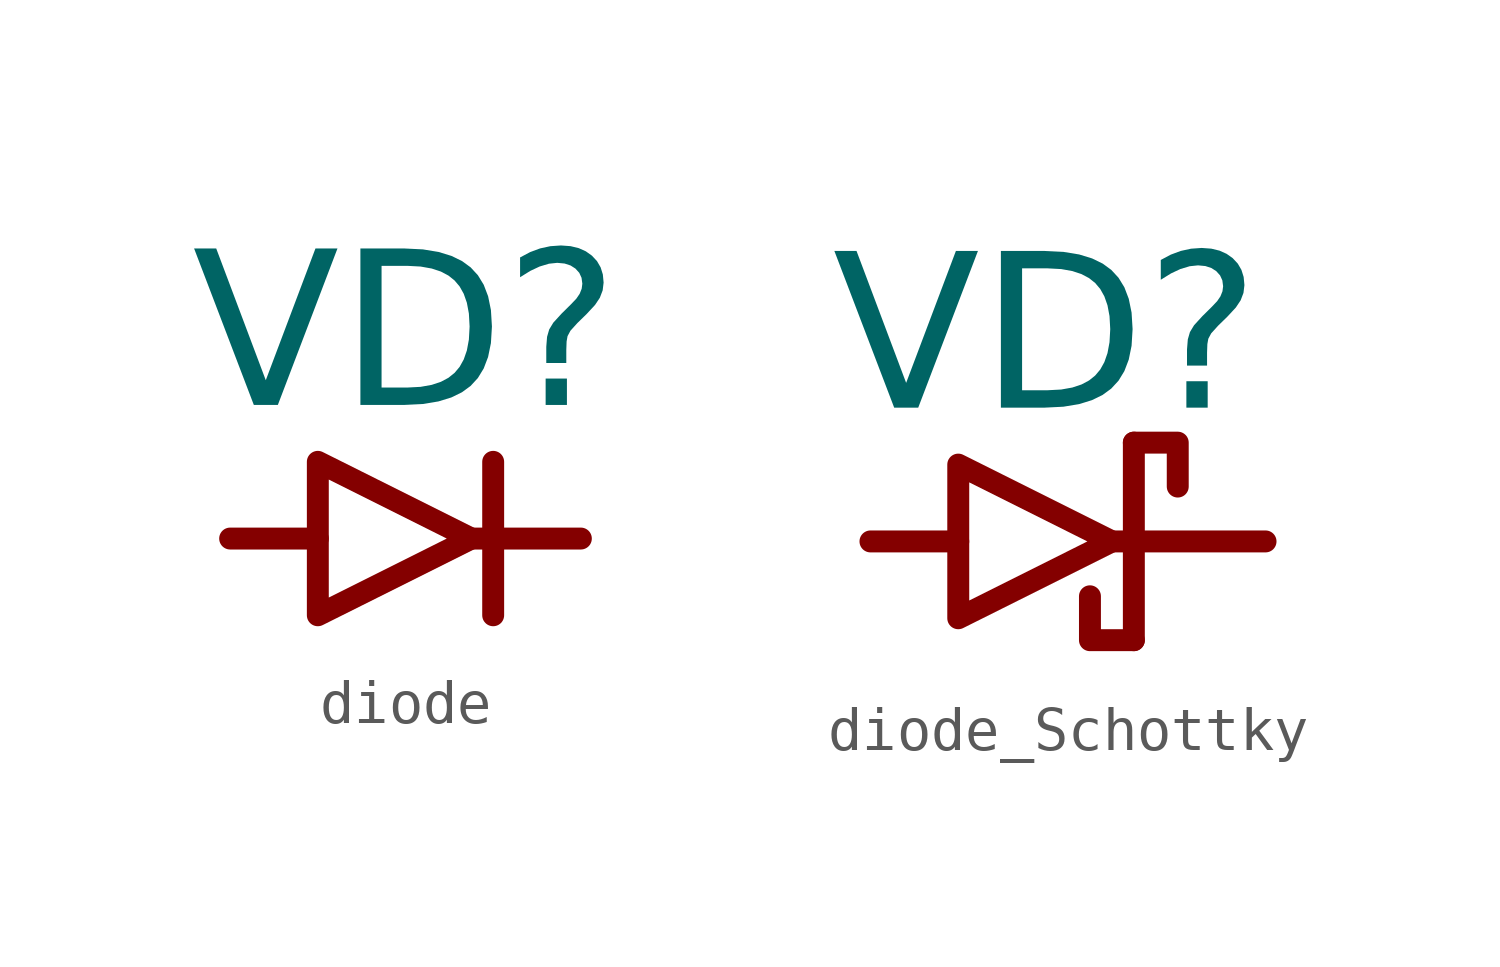
<source format=kicad_sym>
(kicad_symbol_lib
  (version 20241209)
  (generator "kicad_symbol_editor")
  (generator_version "9.0")
  (symbol "diode"
    (pin_names
      (offset 0.5))
    (property "Reference" "VD"
      (at 4 4.5 0)
      (effects (font (face "GOST type A") (size 3.5 3.5))))
    (property "Value" ""
      (at 0 0 0)
      (effects (font (size 1.27 1.27))))
    (symbol "diode_0_1"
      (polyline (pts (xy 2 0) (xy 0 0)) (stroke (width 0.5) (type default)) (fill (type none)))
      (polyline (pts (xy 5.5 0) (xy 2 1.75) (xy 2 -1.75) (xy 5.5 0)) (stroke (width 0.5) (type default)) (fill (type none)))
      (polyline (pts (xy 6 1.75) (xy 6 -1.75)) (stroke (width 0.5) (type default)) (fill (type none)))
      (polyline (pts (xy 8 0) (xy 5.5 0)) (stroke (width 0.5) (type default)) (fill (type none))))
    (symbol "diode_1_1"
      (pin passive line (at 0 0 0) (length 2) (name "" (effects (font (size 2.5 2.5)))) (number "" (effects (font (size 2.5 2.5)))))
      (pin passive line (at 8 0 180) (length 2) (name "" (effects (font (size 2.5 2.5)))) (number "" (effects (font (size 2.5 2.5)))))))
  (symbol "diode_Schottky"
    (pin_names
      (offset 0.5))
    (property "Reference" "VD"
      (at 4 4.5 0)
      (effects (font (face "GOST type A") (size 3.5 3.5))))
    (property "Value" ""
      (at 0 0 0)
      (effects (font (size 1.27 1.27))))
    (symbol "diode_Schottky_0_1"
      (polyline (pts (xy 2 0) (xy 0 0)) (stroke (width 0.5) (type default)) (fill (type none)))
      (polyline (pts (xy 5.5 0) (xy 2 1.75) (xy 2 -1.75) (xy 5.5 0)) (stroke (width 0.5) (type default)) (fill (type none)))
      (polyline (pts (xy 6 2.25) (xy 6 -2.25)) (stroke (width 0.5) (type default)) (fill (type none)))
      (polyline (pts (xy 6 2.25) (xy 7 2.25) (xy 7 1.25)) (stroke (width 0.5) (type default)) (fill (type none)))
      (polyline (pts (xy 6 -2.25) (xy 5 -2.25) (xy 5 -1.25)) (stroke (width 0.5) (type default)) (fill (type none)))
      (polyline (pts (xy 9 0) (xy 5.5 0)) (stroke (width 0.5) (type default)) (fill (type none))))
    (symbol "diode_Schottky_1_1"
      (pin passive line (at 0 0 0) (length 2) (name "" (effects (font (size 2.5 2.5)))) (number "" (effects (font (size 2.5 2.5)))))
      (pin passive line (at 9 0 180) (length 2) (name "" (effects (font (size 2.5 2.5)))) (number "" (effects (font (size 2.5 2.5))))))))
</source>
